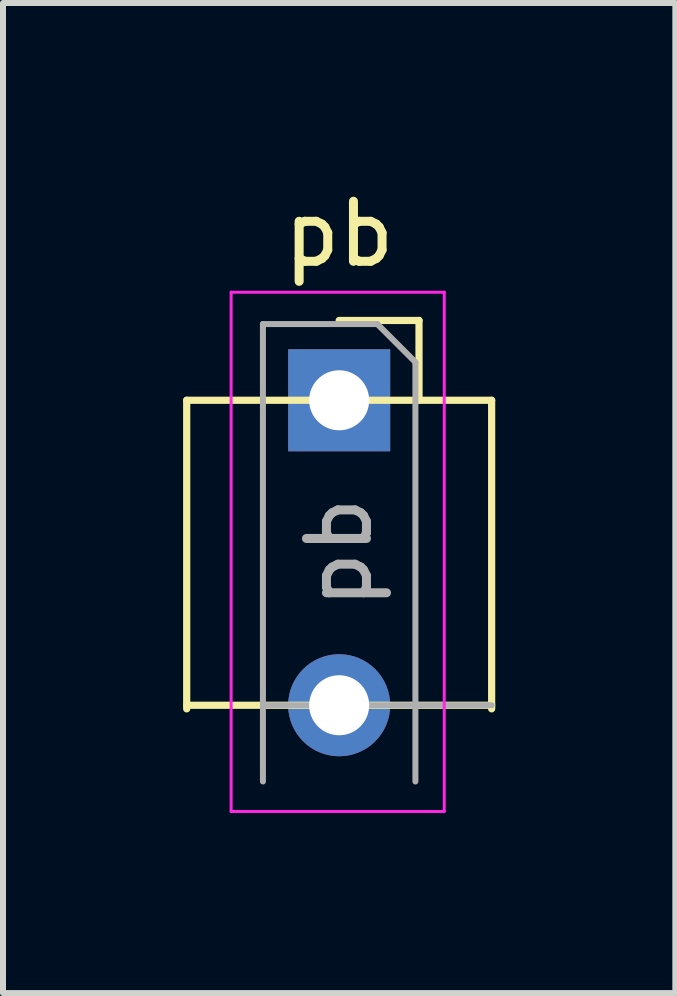
<source format=kicad_pcb>
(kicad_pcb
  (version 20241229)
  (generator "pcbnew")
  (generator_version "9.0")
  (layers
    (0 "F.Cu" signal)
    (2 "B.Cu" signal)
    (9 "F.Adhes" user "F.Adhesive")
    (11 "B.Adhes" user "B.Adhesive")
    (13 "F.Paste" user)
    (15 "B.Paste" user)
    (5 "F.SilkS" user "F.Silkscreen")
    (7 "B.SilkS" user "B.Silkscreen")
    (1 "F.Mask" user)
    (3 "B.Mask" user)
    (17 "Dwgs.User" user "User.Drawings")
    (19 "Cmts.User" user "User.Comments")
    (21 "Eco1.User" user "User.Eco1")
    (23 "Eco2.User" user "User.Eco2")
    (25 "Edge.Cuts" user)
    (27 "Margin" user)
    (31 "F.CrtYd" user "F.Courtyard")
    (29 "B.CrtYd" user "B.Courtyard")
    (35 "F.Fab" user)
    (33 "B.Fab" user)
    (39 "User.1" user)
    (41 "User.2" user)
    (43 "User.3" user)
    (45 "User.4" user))
  (footprint "pb"
    (layer "F.Cu")
    (at 2.6 3.618)
    (property "Reference" "pb" (at 0 -2.77 0) (layer "F.SilkS") (effects (font (size 1 1) (thickness 0.15))))
    (attr through_hole)
    (fp_line (start -2.54 0) (end -2.54 5.14) (stroke (width 0.12) (type solid)) (layer "F.SilkS"))
    (fp_line (start -2.54 0) (end 2.54 0) (stroke (width 0.12) (type solid)) (layer "F.SilkS"))
    (fp_line (start -2.54 5.08) (end 2.54 5.08) (stroke (width 0.12) (type solid)) (layer "F.SilkS"))
    (fp_line (start 0 -1.33) (end 1.33 -1.33) (stroke (width 0.12) (type solid)) (layer "F.SilkS"))
    (fp_line (start 1.33 -1.33) (end 1.33 0) (stroke (width 0.12) (type solid)) (layer "F.SilkS"))
    (fp_line (start 2.54 0) (end 2.54 5.14) (stroke (width 0.12) (type solid)) (layer "F.SilkS"))
    (fp_line (start -1.8 -1.8) (end 1.75 -1.8) (stroke (width 0.05) (type solid)) (layer "F.CrtYd"))
    (fp_line (start -1.8 6.85) (end -1.8 -1.8) (stroke (width 0.05) (type solid)) (layer "F.CrtYd"))
    (fp_line (start 1.75 -1.8) (end 1.75 6.85) (stroke (width 0.05) (type solid)) (layer "F.CrtYd"))
    (fp_line (start 1.75 6.85) (end -1.8 6.85) (stroke (width 0.05) (type solid)) (layer "F.CrtYd"))
    (fp_line (start -1.27 -1.27) (end 0.635 -1.27) (stroke (width 0.1) (type solid)) (layer "F.Fab"))
    (fp_line (start -1.27 6.35) (end -1.27 -1.27) (stroke (width 0.1) (type solid)) (layer "F.Fab"))
    (fp_line (start 0.635 -1.27) (end 1.27 -0.635) (stroke (width 0.1) (type solid)) (layer "F.Fab"))
    (fp_line (start 1.27 -0.635) (end 1.27 6.35) (stroke (width 0.1) (type solid)) (layer "F.Fab"))
    (fp_line (start 2.54 5.08) (end -1.27 5.08) (stroke (width 0.1) (type solid)) (layer "F.Fab"))
    (fp_text user "${REFERENCE}" (at 0 2.54 90) (layer "F.Fab") (effects (font (size 1 1) (thickness 0.15))))
    (pad "1" thru_hole rect (at 0 0) (size 1.7 1.7) (drill 1) (layers "*.Cu" "*.Mask"))
    (pad "2" thru_hole oval (at 0 5.08) (size 1.7 1.7) (drill 1) (layers "*.Cu" "*.Mask")))
  (gr_rect
    (start -3 -3)
    (end 8.2 13.493)
    (stroke (width 0.1) (type default))
    (fill no)
    (layer "Edge.Cuts")))
</source>
